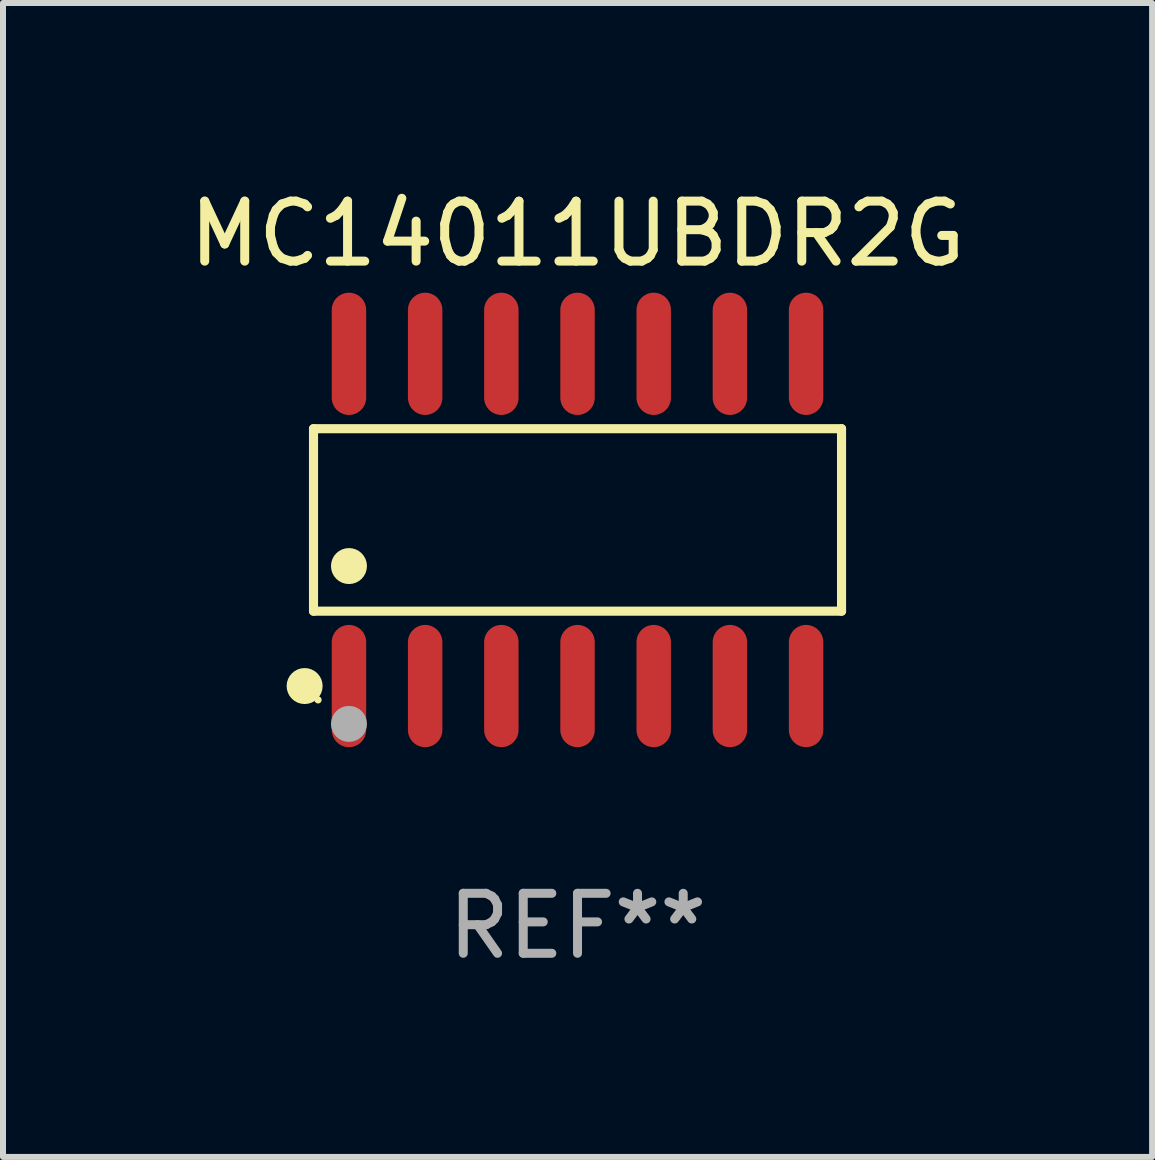
<source format=kicad_pcb>
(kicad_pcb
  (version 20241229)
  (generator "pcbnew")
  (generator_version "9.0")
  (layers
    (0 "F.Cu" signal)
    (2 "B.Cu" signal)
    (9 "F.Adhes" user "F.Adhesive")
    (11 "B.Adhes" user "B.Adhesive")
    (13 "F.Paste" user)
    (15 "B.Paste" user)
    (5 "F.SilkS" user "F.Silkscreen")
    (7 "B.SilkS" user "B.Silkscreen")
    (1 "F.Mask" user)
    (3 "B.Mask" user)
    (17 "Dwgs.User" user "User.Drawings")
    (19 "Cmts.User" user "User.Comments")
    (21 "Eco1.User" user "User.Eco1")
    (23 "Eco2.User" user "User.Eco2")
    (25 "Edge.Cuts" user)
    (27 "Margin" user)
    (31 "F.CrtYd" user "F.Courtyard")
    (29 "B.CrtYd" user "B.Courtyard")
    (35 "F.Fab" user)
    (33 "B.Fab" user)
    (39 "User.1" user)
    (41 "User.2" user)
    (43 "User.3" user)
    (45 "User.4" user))
  (footprint "MC14011UBDR2G"
    (layer "F.Cu")
    (at 6.577 5.617)
    (property "Reference" "MC14011UBDR2G" (at 0 -4.769 0) (layer "F.SilkS") (effects (font (size 1 1) (thickness 0.15))))
    (attr through_hole)
    (fp_line (start -4.401 -1.521) (end 4.401 -1.521) (stroke (width 0.152) (type solid)) (layer "F.SilkS"))
    (fp_line (start -4.401 1.521) (end -4.401 -1.521) (stroke (width 0.152) (type solid)) (layer "F.SilkS"))
    (fp_line (start 4.401 -1.521) (end 4.401 1.521) (stroke (width 0.152) (type solid)) (layer "F.SilkS"))
    (fp_line (start 4.401 1.521) (end -4.401 1.521) (stroke (width 0.152) (type solid)) (layer "F.SilkS"))
    (fp_circle (center -4.549 2.769) (end -4.399 2.769) (stroke (width 0.3) (type solid)) (fill no) (layer "F.SilkS"))
    (fp_circle (center -4.325 3) (end -4.295 3) (stroke (width 0.06) (type solid)) (fill no) (layer "F.SilkS"))
    (fp_circle (center -3.81 0.769) (end -3.66 0.769) (stroke (width 0.3) (type solid)) (fill no) (layer "F.SilkS"))
    (fp_circle (center -3.81 3.4) (end -3.66 3.4) (stroke (width 0.3) (type solid)) (fill no) (layer "F.Fab"))
    (fp_text user "REF**" (at 0 6.769 0) (layer "F.Fab") (effects (font (size 1 1) (thickness 0.15))))
    (pad "1" smd oval (at -3.81 2.769) (size 0.574 2.038) (layers "F.Cu" "F.Mask" "F.Paste"))
    (pad "2" smd oval (at -2.54 2.769) (size 0.574 2.038) (layers "F.Cu" "F.Mask" "F.Paste"))
    (pad "3" smd oval (at -1.27 2.769) (size 0.574 2.038) (layers "F.Cu" "F.Mask" "F.Paste"))
    (pad "4" smd oval (at 0 2.769) (size 0.574 2.038) (layers "F.Cu" "F.Mask" "F.Paste"))
    (pad "5" smd oval (at 1.27 2.769) (size 0.574 2.038) (layers "F.Cu" "F.Mask" "F.Paste"))
    (pad "6" smd oval (at 2.54 2.769) (size 0.574 2.038) (layers "F.Cu" "F.Mask" "F.Paste"))
    (pad "7" smd oval (at 3.81 2.769) (size 0.574 2.038) (layers "F.Cu" "F.Mask" "F.Paste"))
    (pad "8" smd oval (at 3.81 -2.769) (size 0.574 2.038) (layers "F.Cu" "F.Mask" "F.Paste"))
    (pad "9" smd oval (at 2.54 -2.769) (size 0.574 2.038) (layers "F.Cu" "F.Mask" "F.Paste"))
    (pad "10" smd oval (at 1.27 -2.769) (size 0.574 2.038) (layers "F.Cu" "F.Mask" "F.Paste"))
    (pad "11" smd oval (at 0 -2.769) (size 0.574 2.038) (layers "F.Cu" "F.Mask" "F.Paste"))
    (pad "12" smd oval (at -1.27 -2.769) (size 0.574 2.038) (layers "F.Cu" "F.Mask" "F.Paste"))
    (pad "13" smd oval (at -2.54 -2.769) (size 0.574 2.038) (layers "F.Cu" "F.Mask" "F.Paste"))
    (pad "14" smd oval (at -3.81 -2.769) (size 0.574 2.038) (layers "F.Cu" "F.Mask" "F.Paste")))
  (gr_rect
    (start -3 -3)
    (end 16.155 16.235)
    (stroke (width 0.1) (type default))
    (fill no)
    (layer "Edge.Cuts")))
</source>
